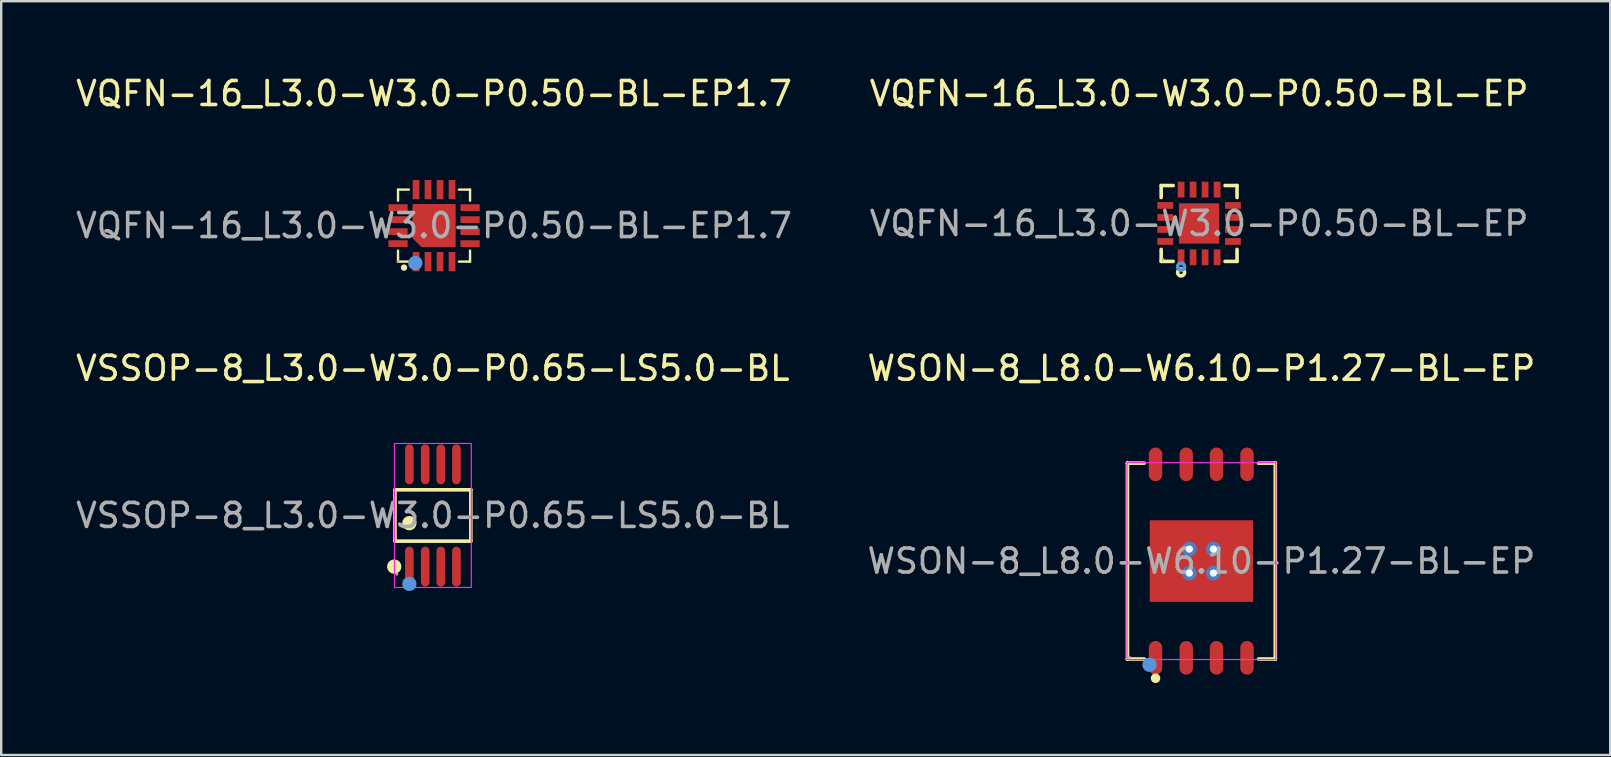
<source format=kicad_pcb>
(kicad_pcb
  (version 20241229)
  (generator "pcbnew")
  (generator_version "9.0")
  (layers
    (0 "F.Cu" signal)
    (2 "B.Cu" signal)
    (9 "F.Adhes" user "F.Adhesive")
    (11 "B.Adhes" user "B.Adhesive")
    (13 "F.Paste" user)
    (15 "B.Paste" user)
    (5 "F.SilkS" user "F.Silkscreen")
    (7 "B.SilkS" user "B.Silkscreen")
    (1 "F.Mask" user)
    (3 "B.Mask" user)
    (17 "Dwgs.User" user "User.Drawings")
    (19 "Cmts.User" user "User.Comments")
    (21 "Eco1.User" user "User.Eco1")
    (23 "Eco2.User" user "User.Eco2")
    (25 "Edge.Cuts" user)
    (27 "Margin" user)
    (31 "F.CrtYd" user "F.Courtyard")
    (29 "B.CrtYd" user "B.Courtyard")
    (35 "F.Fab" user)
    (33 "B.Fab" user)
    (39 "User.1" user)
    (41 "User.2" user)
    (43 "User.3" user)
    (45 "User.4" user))
  (footprint "VSSOP-8_L3.0-W3.0-P0.65-LS5.0-BL"
    (layer "F.Cu")
    (at 14.982 18.422)
    (property "Reference" "VSSOP-8_L3.0-W3.0-P0.65-LS5.0-BL" (at 0 -6.13 0) (layer "F.SilkS") (effects (font (size 1 1) (thickness 0.15))))
    (attr smd)
    (fp_line (start -1.58 -1.07) (end 1.58 -1.07) (stroke (width 0.15) (type solid)) (layer "F.SilkS"))
    (fp_line (start -1.58 1.07) (end -1.58 -1.07) (stroke (width 0.15) (type solid)) (layer "F.SilkS"))
    (fp_line (start 1.58 -1.07) (end 1.58 1.07) (stroke (width 0.15) (type solid)) (layer "F.SilkS"))
    (fp_line (start 1.58 1.07) (end -1.58 1.07) (stroke (width 0.15) (type solid)) (layer "F.SilkS"))
    (fp_circle (center -1.61 2.13) (end -1.46 2.13) (stroke (width 0.3) (type solid)) (fill no) (layer "F.SilkS"))
    (fp_circle (center -0.98 0.32) (end -0.83 0.32) (stroke (width 0.3) (type solid)) (fill no) (layer "F.SilkS"))
    (fp_circle (center -0.98 2.85) (end -0.83 2.85) (stroke (width 0.3) (type solid)) (fill no) (layer "Cmts.User"))
    (fp_rect (start -1.6 -3) (end 1.6 3) (stroke (width 0.05) (type default)) (fill no) (layer "F.CrtYd"))
    (fp_circle (center -1.5 2.45) (end -1.47 2.45) (stroke (width 0.06) (type solid)) (fill no) (layer "F.Fab"))
    (fp_text user "${REFERENCE}" (at 0 0 0) (layer "F.Fab") (effects (font (size 1 1) (thickness 0.15))))
    (pad "1" smd oval (at -0.98 2.13) (size 0.36 1.66) (layers "F.Cu" "F.Mask" "F.Paste"))
    (pad "2" smd oval (at -0.32 2.13) (size 0.36 1.66) (layers "F.Cu" "F.Mask" "F.Paste"))
    (pad "3" smd oval (at 0.33 2.13) (size 0.36 1.66) (layers "F.Cu" "F.Mask" "F.Paste"))
    (pad "4" smd oval (at 0.98 2.13) (size 0.36 1.66) (layers "F.Cu" "F.Mask" "F.Paste"))
    (pad "5" smd oval (at 0.98 -2.13) (size 0.36 1.66) (layers "F.Cu" "F.Mask" "F.Paste"))
    (pad "6" smd oval (at 0.33 -2.13) (size 0.36 1.66) (layers "F.Cu" "F.Mask" "F.Paste"))
    (pad "7" smd oval (at -0.32 -2.13) (size 0.36 1.66) (layers "F.Cu" "F.Mask" "F.Paste"))
    (pad "8" smd oval (at -0.98 -2.13) (size 0.36 1.66) (layers "F.Cu" "F.Mask" "F.Paste")))
  (footprint "VQFN-16_L3.0-W3.0-P0.50-BL-EP"
    (layer "F.Cu")
    (at 46.899 6.258)
    (property "Reference" "VQFN-16_L3.0-W3.0-P0.50-BL-EP" (at 0 -5.41 0) (layer "F.SilkS") (effects (font (size 1 1) (thickness 0.15))))
    (attr smd)
    (fp_line (start -1.58 -1.58) (end -1.08 -1.58) (stroke (width 0.15) (type solid)) (layer "F.SilkS"))
    (fp_line (start -1.58 -1.08) (end -1.58 -1.58) (stroke (width 0.15) (type solid)) (layer "F.SilkS"))
    (fp_line (start -1.58 1.08) (end -1.58 1.58) (stroke (width 0.15) (type solid)) (layer "F.SilkS"))
    (fp_line (start -1.58 1.58) (end -1.08 1.58) (stroke (width 0.15) (type solid)) (layer "F.SilkS"))
    (fp_line (start 1.58 -1.58) (end 1.08 -1.58) (stroke (width 0.15) (type solid)) (layer "F.SilkS"))
    (fp_line (start 1.58 -1.08) (end 1.58 -1.58) (stroke (width 0.15) (type solid)) (layer "F.SilkS"))
    (fp_line (start 1.58 1.08) (end 1.58 1.58) (stroke (width 0.15) (type solid)) (layer "F.SilkS"))
    (fp_line (start 1.58 1.58) (end 1.08 1.58) (stroke (width 0.15) (type solid)) (layer "F.SilkS"))
    (fp_circle (center -0.75 2.04) (end -0.68 2.04) (stroke (width 0.15) (type solid)) (fill no) (layer "F.SilkS"))
    (fp_circle (center -0.75 1.8) (end -0.68 1.8) (stroke (width 0.15) (type solid)) (fill no) (layer "Cmts.User"))
    (fp_circle (center -1.5 1.5) (end -1.47 1.5) (stroke (width 0.06) (type solid)) (fill no) (layer "F.Fab"))
    (fp_text user "${REFERENCE}" (at 0 0 0) (layer "F.Fab") (effects (font (size 1 1) (thickness 0.15))))
    (pad "1" smd rect (at -0.75 1.41) (size 0.28 0.66) (layers "F.Cu" "F.Mask" "F.Paste"))
    (pad "2" smd rect (at -0.25 1.41) (size 0.28 0.66) (layers "F.Cu" "F.Mask" "F.Paste"))
    (pad "3" smd rect (at 0.25 1.41) (size 0.28 0.66) (layers "F.Cu" "F.Mask" "F.Paste"))
    (pad "4" smd rect (at 0.75 1.41) (size 0.28 0.66) (layers "F.Cu" "F.Mask" "F.Paste"))
    (pad "5" smd rect (at 1.41 0.75) (size 0.66 0.28) (layers "F.Cu" "F.Mask" "F.Paste"))
    (pad "6" smd rect (at 1.41 0.25) (size 0.66 0.28) (layers "F.Cu" "F.Mask" "F.Paste"))
    (pad "7" smd rect (at 1.41 -0.25) (size 0.66 0.28) (layers "F.Cu" "F.Mask" "F.Paste"))
    (pad "8" smd rect (at 1.41 -0.75) (size 0.66 0.28) (layers "F.Cu" "F.Mask" "F.Paste"))
    (pad "9" smd rect (at 0.75 -1.41) (size 0.28 0.66) (layers "F.Cu" "F.Mask" "F.Paste"))
    (pad "10" smd rect (at 0.25 -1.41) (size 0.28 0.66) (layers "F.Cu" "F.Mask" "F.Paste"))
    (pad "11" smd rect (at -0.25 -1.41) (size 0.28 0.66) (layers "F.Cu" "F.Mask" "F.Paste"))
    (pad "12" smd rect (at -0.75 -1.41) (size 0.28 0.66) (layers "F.Cu" "F.Mask" "F.Paste"))
    (pad "13" smd rect (at -1.41 -0.75) (size 0.66 0.28) (layers "F.Cu" "F.Mask" "F.Paste"))
    (pad "14" smd rect (at -1.41 -0.25) (size 0.66 0.28) (layers "F.Cu" "F.Mask" "F.Paste"))
    (pad "15" smd rect (at -1.41 0.25) (size 0.66 0.28) (layers "F.Cu" "F.Mask" "F.Paste"))
    (pad "16" smd rect (at -1.41 0.75) (size 0.66 0.28) (layers "F.Cu" "F.Mask" "F.Paste"))
    (pad "17" smd rect (at 0 0) (size 1.68 1.68) (layers "F.Cu" "F.Mask" "F.Paste")))
  (footprint "WSON-8_L8.0-W6.10-P1.27-BL-EP"
    (layer "F.Cu")
    (at 46.994 20.322)
    (property "Reference" "WSON-8_L8.0-W6.10-P1.27-BL-EP" (at 0 -8.03 0) (layer "F.SilkS") (effects (font (size 1 1) (thickness 0.15))))
    (attr smd)
    (fp_line (start -3.08 -4.08) (end -3.08 -4.08) (stroke (width 0.15) (type solid)) (layer "F.SilkS"))
    (fp_line (start -3.08 -4.08) (end -2.38 -4.08) (stroke (width 0.15) (type solid)) (layer "F.SilkS"))
    (fp_line (start -3.08 4.08) (end -3.08 -4.08) (stroke (width 0.15) (type solid)) (layer "F.SilkS"))
    (fp_line (start -3.08 4.08) (end -3.08 4.08) (stroke (width 0.15) (type solid)) (layer "F.SilkS"))
    (fp_line (start -2.38 4.08) (end -3.08 4.08) (stroke (width 0.15) (type solid)) (layer "F.SilkS"))
    (fp_line (start 2.38 4.08) (end 3.08 4.08) (stroke (width 0.15) (type solid)) (layer "F.SilkS"))
    (fp_line (start 3.08 -4.08) (end 2.38 -4.08) (stroke (width 0.15) (type solid)) (layer "F.SilkS"))
    (fp_line (start 3.08 -4.08) (end 3.08 -4.08) (stroke (width 0.15) (type solid)) (layer "F.SilkS"))
    (fp_line (start 3.08 4.08) (end 3.08 -4.08) (stroke (width 0.15) (type solid)) (layer "F.SilkS"))
    (fp_line (start 3.08 4.08) (end 3.08 4.08) (stroke (width 0.15) (type solid)) (layer "F.SilkS"))
    (fp_circle (center -1.91 4.88) (end -1.81 4.88) (stroke (width 0.2) (type solid)) (fill no) (layer "F.SilkS"))
    (fp_circle (center -2.16 4.32) (end -2.01 4.32) (stroke (width 0.3) (type solid)) (fill no) (layer "Cmts.User"))
    (fp_rect (start -3.1 -4.1) (end 3.1 4.1) (stroke (width 0.05) (type default)) (fill no) (layer "F.CrtYd"))
    (fp_circle (center -3 4) (end -2.97 4) (stroke (width 0.06) (type solid)) (fill no) (layer "F.Fab"))
    (fp_text user "${REFERENCE}" (at 0 0 0) (layer "F.Fab") (effects (font (size 1 1) (thickness 0.15))))
    (pad "" thru_hole circle (at -0.5 -0.5) (size 0.61 0.61) (drill 0.3) (layers "*.Cu" "*.Paste" "*.Mask"))
    (pad "" thru_hole circle (at -0.5 0.5) (size 0.61 0.61) (drill 0.3) (layers "*.Cu" "*.Paste" "*.Mask"))
    (pad "" thru_hole circle (at 0.5 -0.5) (size 0.61 0.61) (drill 0.3) (layers "*.Cu" "*.Paste" "*.Mask"))
    (pad "" thru_hole circle (at 0.5 0.5) (size 0.61 0.61) (drill 0.3) (layers "*.Cu" "*.Paste" "*.Mask"))
    (pad "1" smd oval (at -1.91 4.03) (size 0.56 1.4) (layers "F.Cu" "F.Mask" "F.Paste"))
    (pad "2" smd oval (at -0.63 4.03) (size 0.56 1.4) (layers "F.Cu" "F.Mask" "F.Paste"))
    (pad "3" smd oval (at 0.63 4.03) (size 0.56 1.4) (layers "F.Cu" "F.Mask" "F.Paste"))
    (pad "4" smd oval (at 1.9 4.03) (size 0.56 1.4) (layers "F.Cu" "F.Mask" "F.Paste"))
    (pad "5" smd oval (at 1.9 -4.03) (size 0.56 1.4) (layers "F.Cu" "F.Mask" "F.Paste"))
    (pad "6" smd oval (at 0.63 -4.03) (size 0.56 1.4) (layers "F.Cu" "F.Mask" "F.Paste"))
    (pad "7" smd oval (at -0.63 -4.03) (size 0.56 1.4) (layers "F.Cu" "F.Mask" "F.Paste"))
    (pad "8" smd oval (at -1.91 -4.03) (size 0.56 1.4) (layers "F.Cu" "F.Mask" "F.Paste"))
    (pad "9" smd rect (at 0 0) (size 4.3 3.4) (layers "F.Cu" "F.Mask" "F.Paste")))
  (footprint "VQFN-16_L3.0-W3.0-P0.50-BL-EP1.7"
    (layer "F.Cu")
    (at 15.03 6.348)
    (property "Reference" "VQFN-16_L3.0-W3.0-P0.50-BL-EP1.7" (at 0 -5.5 0) (layer "F.SilkS") (effects (font (size 1 1) (thickness 0.15))))
    (attr smd)
    (fp_line (start -1.5 -1.5) (end -1.5 -1.04) (stroke (width 0.1) (type solid)) (layer "F.SilkS"))
    (fp_line (start -1.5 -1.5) (end -1.05 -1.5) (stroke (width 0.1) (type solid)) (layer "F.SilkS"))
    (fp_line (start -1.5 1.04) (end -1.5 1.5) (stroke (width 0.1) (type solid)) (layer "F.SilkS"))
    (fp_line (start -1.5 1.5) (end -1.05 1.5) (stroke (width 0.1) (type solid)) (layer "F.SilkS"))
    (fp_line (start 1.04 -1.5) (end 1.5 -1.5) (stroke (width 0.1) (type solid)) (layer "F.SilkS"))
    (fp_line (start 1.04 1.5) (end 1.5 1.5) (stroke (width 0.1) (type solid)) (layer "F.SilkS"))
    (fp_line (start 1.5 -1.04) (end 1.5 -1.5) (stroke (width 0.1) (type solid)) (layer "F.SilkS"))
    (fp_line (start 1.5 1.5) (end 1.5 1.04) (stroke (width 0.1) (type solid)) (layer "F.SilkS"))
    (fp_arc (start -1.25 1.74) (mid -1.245 1.75866) (end -1.25866 1.745) (stroke (width 0.25) (type solid)) (layer "F.SilkS"))
    (fp_circle (center -0.78 1.56) (end -0.63 1.56) (stroke (width 0.3) (type solid)) (fill no) (layer "Cmts.User"))
    (fp_circle (center -1.5 1.5) (end -1.47 1.5) (stroke (width 0.06) (type solid)) (fill no) (layer "F.Fab"))
    (fp_text user "${REFERENCE}" (at 0 0 0) (layer "F.Fab") (effects (font (size 1 1) (thickness 0.15))))
    (pad "1" smd rect (at -0.75 1.5) (size 0.28 0.8) (layers "F.Cu" "F.Mask" "F.Paste"))
    (pad "2" smd rect (at -0.25 1.5) (size 0.28 0.8) (layers "F.Cu" "F.Mask" "F.Paste"))
    (pad "3" smd rect (at 0.25 1.5) (size 0.28 0.8) (layers "F.Cu" "F.Mask" "F.Paste"))
    (pad "4" smd rect (at 0.75 1.5) (size 0.28 0.8) (layers "F.Cu" "F.Mask" "F.Paste"))
    (pad "5" smd rect (at 1.5 0.75) (size 0.8 0.28) (layers "F.Cu" "F.Mask" "F.Paste"))
    (pad "6" smd rect (at 1.5 0.25) (size 0.8 0.28) (layers "F.Cu" "F.Mask" "F.Paste"))
    (pad "7" smd rect (at 1.5 -0.25) (size 0.8 0.28) (layers "F.Cu" "F.Mask" "F.Paste"))
    (pad "8" smd rect (at 1.5 -0.75) (size 0.8 0.28) (layers "F.Cu" "F.Mask" "F.Paste"))
    (pad "9" smd rect (at 0.75 -1.5) (size 0.28 0.8) (layers "F.Cu" "F.Mask" "F.Paste"))
    (pad "10" smd rect (at 0.25 -1.5) (size 0.28 0.8) (layers "F.Cu" "F.Mask" "F.Paste"))
    (pad "11" smd rect (at -0.25 -1.5) (size 0.28 0.8) (layers "F.Cu" "F.Mask" "F.Paste"))
    (pad "12" smd rect (at -0.75 -1.5) (size 0.28 0.8) (layers "F.Cu" "F.Mask" "F.Paste"))
    (pad "13" smd rect (at -1.5 -0.75) (size 0.8 0.28) (layers "F.Cu" "F.Mask" "F.Paste"))
    (pad "14" smd rect (at -1.5 -0.25) (size 0.8 0.28) (layers "F.Cu" "F.Mask" "F.Paste"))
    (pad "15" smd rect (at -1.5 0.25) (size 0.8 0.28) (layers "F.Cu" "F.Mask" "F.Paste"))
    (pad "16" smd rect (at -1.5 0.75) (size 0.8 0.28) (layers "F.Cu" "F.Mask" "F.Paste"))
    (pad "17" smd custom (at 0 0) (size 0.01 0.01) (layers "F.Cu" "F.Mask" "F.Paste") (options (anchor circle)) (primitives (gr_poly (pts (xy -0.85 0.5) (xy -0.85 -0.85) (xy 0.85 -0.85) (xy 0.85 0.85) (xy -0.5 0.85)) (width 0.1) (fill yes)))))
  (gr_rect
    (start -3 -3)
    (end 64.024 28.401)
    (stroke (width 0.1) (type default))
    (fill no)
    (layer "Edge.Cuts")))
</source>
